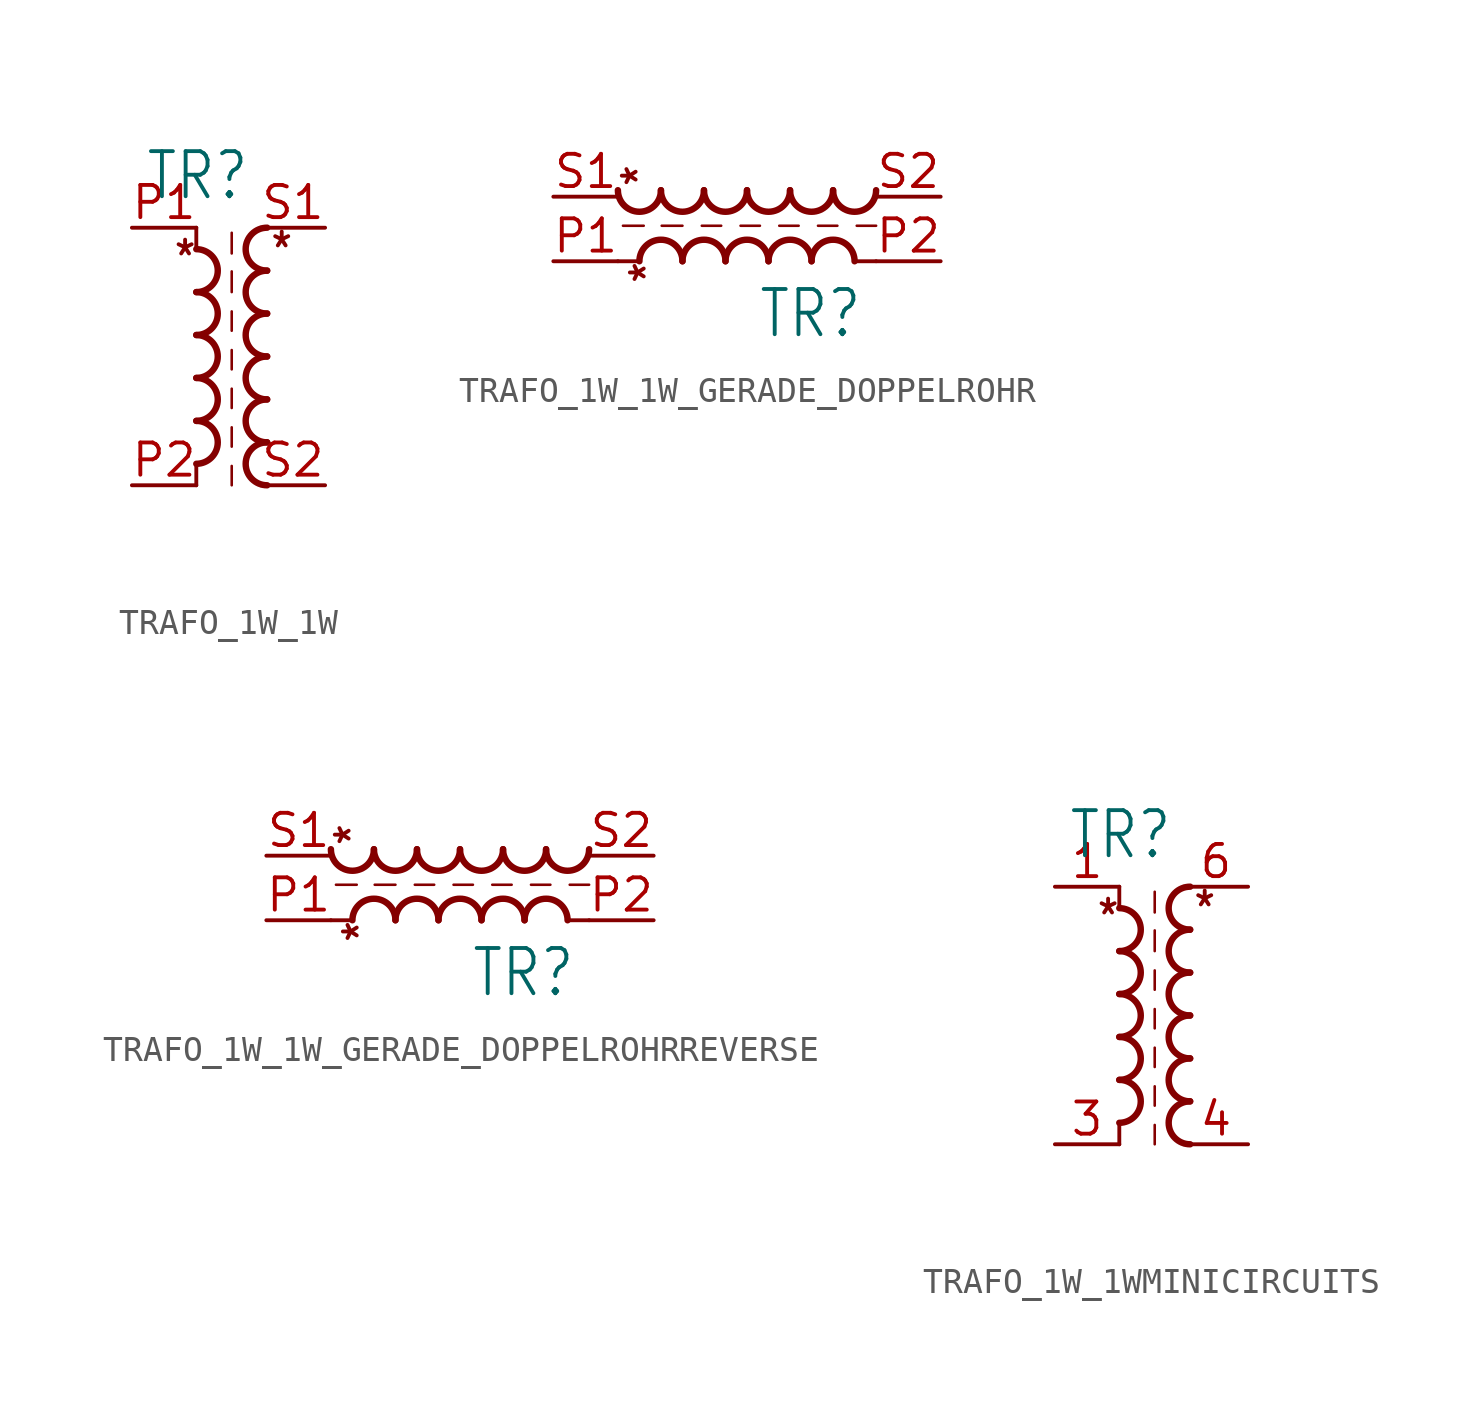
<source format=kicad_sym>
(kicad_symbol_lib
  (version 20231120)
  (generator "kicad_symbol_editor")
  (generator_version "8.0")
  (symbol "TRAFO_1W_1W"
    (property "Reference" "TR"
      (at -4.572 6.096 0)
      (effects (font (size 1.778 1.511)) (justify left bottom)))
    (property "Value" ""
      (at -4.572 -7.874 0)
      (effects (font (size 1.778 1.511)) (justify left bottom)))
    (property "ki_locked" ""
      (at 0 0 0)
      (effects (font (size 1.27 1.27))))
    (symbol "TRAFO_1W_1W_1_0"
      (arc (start -2.54 -4.2334) (mid -1.6933 -3.3867) (end -2.54 -2.54) (stroke (width 0.254) (type solid)) (fill (type none)))
      (arc (start -2.54 -2.54) (mid -1.6933 -1.6933) (end -2.54 -0.8466) (stroke (width 0.254) (type solid)) (fill (type none)))
      (arc (start -2.54 -0.8466) (mid -1.6934 0) (end -2.54 0.8466) (stroke (width 0.254) (type solid)) (fill (type none)))
      (arc (start -2.54 0.8466) (mid -1.6933 1.6933) (end -2.54 2.54) (stroke (width 0.254) (type solid)) (fill (type none)))
      (arc (start -2.54 2.54) (mid -1.6933 3.3867) (end -2.54 4.2334) (stroke (width 0.254) (type solid)) (fill (type none)))
      (polyline (pts (xy -2.54 -4.318) (xy -2.54 -5.08)) (stroke (width 0.152) (type solid)) (fill (type none)))
      (polyline (pts (xy -2.54 5.08) (xy -2.54 4.318)) (stroke (width 0.152) (type solid)) (fill (type none)))
      (polyline (pts (xy -1.143 -5.08) (xy -1.143 -4.318)) (stroke (width 0.102) (type solid)) (fill (type none)))
      (polyline (pts (xy -1.143 -3.556) (xy -1.143 -2.794)) (stroke (width 0.102) (type solid)) (fill (type none)))
      (polyline (pts (xy -1.143 -2.032) (xy -1.143 -1.27)) (stroke (width 0.102) (type solid)) (fill (type none)))
      (polyline (pts (xy -1.143 -0.508) (xy -1.143 0.254)) (stroke (width 0.102) (type solid)) (fill (type none)))
      (polyline (pts (xy -1.143 1.016) (xy -1.143 1.778)) (stroke (width 0.102) (type solid)) (fill (type none)))
      (polyline (pts (xy -1.143 2.54) (xy -1.143 3.356)) (stroke (width 0.102) (type solid)) (fill (type none)))
      (polyline (pts (xy -1.143 4.064) (xy -1.143 4.88)) (stroke (width 0.102) (type solid)) (fill (type none)))
      (arc (start 0.254 -3.3866) (mid -0.5927 -4.2333) (end 0.254 -5.08) (stroke (width 0.254) (type solid)) (fill (type none)))
      (arc (start 0.254 -1.6934) (mid -0.5926 -2.54) (end 0.254 -3.3866) (stroke (width 0.254) (type solid)) (fill (type none)))
      (arc (start 0.254 0) (mid -0.5927 -0.8467) (end 0.254 -1.6934) (stroke (width 0.254) (type solid)) (fill (type none)))
      (arc (start 0.254 1.6934) (mid -0.5927 0.8467) (end 0.254 0) (stroke (width 0.254) (type solid)) (fill (type none)))
      (arc (start 0.254 3.3866) (mid -0.5927 2.5399) (end 0.254 1.6932) (stroke (width 0.254) (type solid)) (fill (type none)))
      (arc (start 0.254 5.08) (mid -0.5927 4.2333) (end 0.254 3.3866) (stroke (width 0.254) (type solid)) (fill (type none)))
      (text "*" (at -3.493 3.175 0) (effects (font (size 1.27 1.079)) (justify left bottom)))
      (text "*" (at 0.318 3.493 0) (effects (font (size 1.27 1.079)) (justify left bottom)))
      (pin passive line (at -5.08 5.08 0) (length 2.54) (name "P1" (effects (font (size 0 0)))) (number "P1" (effects (font (size 1.27 1.27)))))
      (pin passive line (at -5.08 -5.08 0) (length 2.54) (name "P2" (effects (font (size 0 0)))) (number "P2" (effects (font (size 1.27 1.27)))))
      (pin passive line (at 2.54 5.08 180) (length 2.54) (name "S1" (effects (font (size 0 0)))) (number "S1" (effects (font (size 1.27 1.27)))))
      (pin passive line (at 2.54 -5.08 180) (length 2.54) (name "S2" (effects (font (size 0 0)))) (number "S2" (effects (font (size 1.27 1.27)))))))
  (symbol "TRAFO_1W_1W_GERADE_DOPPELROHR"
    (property "Reference" "TR"
      (at 4.572 -1.016 0)
      (effects (font (size 1.778 1.511)) (justify right top)))
    (property "Value" ""
      (at 4.572 5.334 0)
      (effects (font (size 1.778 1.511)) (justify right top)))
    (property "ki_locked" ""
      (at 0 0 0)
      (effects (font (size 1.27 1.27))))
    (symbol "TRAFO_1W_1W_GERADE_DOPPELROHR_1_0"
      (arc (start -5.08 2.794) (mid -4.2333 1.9473) (end -3.3866 2.794) (stroke (width 0.254) (type solid)) (fill (type none)))
      (arc (start -3.3866 2.794) (mid -2.5399 1.9473) (end -1.6932 2.794) (stroke (width 0.254) (type solid)) (fill (type none)))
      (arc (start -2.54 0) (mid -3.3867 0.8467) (end -4.2334 0) (stroke (width 0.254) (type solid)) (fill (type none)))
      (arc (start -1.6934 2.794) (mid -0.8467 1.9473) (end 0 2.794) (stroke (width 0.254) (type solid)) (fill (type none)))
      (arc (start -0.8466 0) (mid -1.6933 0.8467) (end -2.54 0) (stroke (width 0.254) (type solid)) (fill (type none)))
      (polyline (pts (xy -5.08 0) (xy -4.318 0)) (stroke (width 0.152) (type solid)) (fill (type none)))
      (polyline (pts (xy -4.064 1.397) (xy -4.88 1.397)) (stroke (width 0.102) (type solid)) (fill (type none)))
      (polyline (pts (xy -2.54 1.397) (xy -3.356 1.397)) (stroke (width 0.102) (type solid)) (fill (type none)))
      (polyline (pts (xy -1.016 1.397) (xy -1.778 1.397)) (stroke (width 0.102) (type solid)) (fill (type none)))
      (polyline (pts (xy 0.508 1.397) (xy -0.254 1.397)) (stroke (width 0.102) (type solid)) (fill (type none)))
      (polyline (pts (xy 2.032 1.397) (xy 1.27 1.397)) (stroke (width 0.102) (type solid)) (fill (type none)))
      (polyline (pts (xy 3.556 1.397) (xy 2.794 1.397)) (stroke (width 0.102) (type solid)) (fill (type none)))
      (polyline (pts (xy 4.318 0) (xy 5.08 0)) (stroke (width 0.152) (type solid)) (fill (type none)))
      (polyline (pts (xy 5.08 1.397) (xy 4.318 1.397)) (stroke (width 0.102) (type solid)) (fill (type none)))
      (arc (start 0 2.794) (mid 0.8467 1.9473) (end 1.6934 2.794) (stroke (width 0.254) (type solid)) (fill (type none)))
      (arc (start 0.8466 0) (mid 0 0.8466) (end -0.8466 0) (stroke (width 0.254) (type solid)) (fill (type none)))
      (arc (start 1.6934 2.794) (mid 2.54 1.9474) (end 3.3866 2.794) (stroke (width 0.254) (type solid)) (fill (type none)))
      (arc (start 2.54 0) (mid 1.6933 0.8467) (end 0.8466 0) (stroke (width 0.254) (type solid)) (fill (type none)))
      (arc (start 3.3866 2.794) (mid 4.2333 1.9473) (end 5.08 2.794) (stroke (width 0.254) (type solid)) (fill (type none)))
      (arc (start 4.2334 0) (mid 3.3867 0.8467) (end 2.54 0) (stroke (width 0.254) (type solid)) (fill (type none)))
      (text "*" (at -3.493 2.857 900) (effects (font (size 1.27 1.079)) (justify left bottom)))
      (text "*" (at -3.175 -0.953 900) (effects (font (size 1.27 1.079)) (justify left bottom)))
      (pin passive line (at -7.62 0 0) (length 2.54) (name "P1" (effects (font (size 0 0)))) (number "P1" (effects (font (size 1.27 1.27)))))
      (pin passive line (at 7.62 0 180) (length 2.54) (name "P2" (effects (font (size 0 0)))) (number "P2" (effects (font (size 1.27 1.27)))))
      (pin passive line (at -7.62 2.54 0) (length 2.54) (name "S1" (effects (font (size 0 0)))) (number "S1" (effects (font (size 1.27 1.27)))))
      (pin passive line (at 7.62 2.54 180) (length 2.54) (name "S2" (effects (font (size 0 0)))) (number "S2" (effects (font (size 1.27 1.27)))))))
  (symbol "TRAFO_1W_1W_GERADE_DOPPELROHRREVERSE"
    (property "Reference" "TR"
      (at 4.572 -1.016 0)
      (effects (font (size 1.778 1.511)) (justify right top)))
    (property "Value" ""
      (at 4.572 5.334 0)
      (effects (font (size 1.778 1.511)) (justify right top)))
    (property "ki_locked" ""
      (at 0 0 0)
      (effects (font (size 1.27 1.27))))
    (symbol "TRAFO_1W_1W_GERADE_DOPPELROHRREVERSE_1_0"
      (arc (start -5.08 2.794) (mid -4.2333 1.9473) (end -3.3866 2.794) (stroke (width 0.254) (type solid)) (fill (type none)))
      (arc (start -3.3866 2.794) (mid -2.5399 1.9473) (end -1.6932 2.794) (stroke (width 0.254) (type solid)) (fill (type none)))
      (arc (start -2.54 0) (mid -3.3867 0.8467) (end -4.2334 0) (stroke (width 0.254) (type solid)) (fill (type none)))
      (arc (start -1.6934 2.794) (mid -0.8467 1.9473) (end 0 2.794) (stroke (width 0.254) (type solid)) (fill (type none)))
      (arc (start -0.8466 0) (mid -1.6933 0.8467) (end -2.54 0) (stroke (width 0.254) (type solid)) (fill (type none)))
      (polyline (pts (xy -5.08 0) (xy -4.318 0)) (stroke (width 0.152) (type solid)) (fill (type none)))
      (polyline (pts (xy -4.064 1.397) (xy -4.88 1.397)) (stroke (width 0.102) (type solid)) (fill (type none)))
      (polyline (pts (xy -2.54 1.397) (xy -3.356 1.397)) (stroke (width 0.102) (type solid)) (fill (type none)))
      (polyline (pts (xy -1.016 1.397) (xy -1.778 1.397)) (stroke (width 0.102) (type solid)) (fill (type none)))
      (polyline (pts (xy 0.508 1.397) (xy -0.254 1.397)) (stroke (width 0.102) (type solid)) (fill (type none)))
      (polyline (pts (xy 2.032 1.397) (xy 1.27 1.397)) (stroke (width 0.102) (type solid)) (fill (type none)))
      (polyline (pts (xy 3.556 1.397) (xy 2.794 1.397)) (stroke (width 0.102) (type solid)) (fill (type none)))
      (polyline (pts (xy 4.318 0) (xy 5.08 0)) (stroke (width 0.152) (type solid)) (fill (type none)))
      (polyline (pts (xy 5.08 1.397) (xy 4.318 1.397)) (stroke (width 0.102) (type solid)) (fill (type none)))
      (arc (start 0 2.794) (mid 0.8467 1.9473) (end 1.6934 2.794) (stroke (width 0.254) (type solid)) (fill (type none)))
      (arc (start 0.8466 0) (mid 0 0.8466) (end -0.8466 0) (stroke (width 0.254) (type solid)) (fill (type none)))
      (arc (start 1.6934 2.794) (mid 2.54 1.9474) (end 3.3866 2.794) (stroke (width 0.254) (type solid)) (fill (type none)))
      (arc (start 2.54 0) (mid 1.6933 0.8467) (end 0.8466 0) (stroke (width 0.254) (type solid)) (fill (type none)))
      (arc (start 3.3866 2.794) (mid 4.2333 1.9473) (end 5.08 2.794) (stroke (width 0.254) (type solid)) (fill (type none)))
      (arc (start 4.2334 0) (mid 3.3867 0.8467) (end 2.54 0) (stroke (width 0.254) (type solid)) (fill (type none)))
      (text "*" (at -3.493 2.857 900) (effects (font (size 1.27 1.079)) (justify left bottom)))
      (text "*" (at -3.175 -0.953 900) (effects (font (size 1.27 1.079)) (justify left bottom)))
      (pin passive line (at -7.62 0 0) (length 2.54) (name "P1" (effects (font (size 0 0)))) (number "P1" (effects (font (size 1.27 1.27)))))
      (pin passive line (at 7.62 0 180) (length 2.54) (name "P2" (effects (font (size 0 0)))) (number "P2" (effects (font (size 1.27 1.27)))))
      (pin passive line (at -7.62 2.54 0) (length 2.54) (name "S1" (effects (font (size 0 0)))) (number "S1" (effects (font (size 1.27 1.27)))))
      (pin passive line (at 7.62 2.54 180) (length 2.54) (name "S2" (effects (font (size 0 0)))) (number "S2" (effects (font (size 1.27 1.27)))))))
  (symbol "TRAFO_1W_1WMINICIRCUITS"
    (property "Reference" "TR"
      (at -4.572 6.096 0)
      (effects (font (size 1.778 1.511)) (justify left bottom)))
    (property "Value" ""
      (at -4.572 -7.874 0)
      (effects (font (size 1.778 1.511)) (justify left bottom)))
    (property "ki_locked" ""
      (at 0 0 0)
      (effects (font (size 1.27 1.27))))
    (symbol "TRAFO_1W_1WMINICIRCUITS_1_0"
      (arc (start -2.54 -4.2334) (mid -1.6933 -3.3867) (end -2.54 -2.54) (stroke (width 0.254) (type solid)) (fill (type none)))
      (arc (start -2.54 -2.54) (mid -1.6933 -1.6933) (end -2.54 -0.8466) (stroke (width 0.254) (type solid)) (fill (type none)))
      (arc (start -2.54 -0.8466) (mid -1.6934 0) (end -2.54 0.8466) (stroke (width 0.254) (type solid)) (fill (type none)))
      (arc (start -2.54 0.8466) (mid -1.6933 1.6933) (end -2.54 2.54) (stroke (width 0.254) (type solid)) (fill (type none)))
      (arc (start -2.54 2.54) (mid -1.6933 3.3867) (end -2.54 4.2334) (stroke (width 0.254) (type solid)) (fill (type none)))
      (polyline (pts (xy -2.54 -4.318) (xy -2.54 -5.08)) (stroke (width 0.152) (type solid)) (fill (type none)))
      (polyline (pts (xy -2.54 5.08) (xy -2.54 4.318)) (stroke (width 0.152) (type solid)) (fill (type none)))
      (polyline (pts (xy -1.143 -5.08) (xy -1.143 -4.318)) (stroke (width 0.102) (type solid)) (fill (type none)))
      (polyline (pts (xy -1.143 -3.556) (xy -1.143 -2.794)) (stroke (width 0.102) (type solid)) (fill (type none)))
      (polyline (pts (xy -1.143 -2.032) (xy -1.143 -1.27)) (stroke (width 0.102) (type solid)) (fill (type none)))
      (polyline (pts (xy -1.143 -0.508) (xy -1.143 0.254)) (stroke (width 0.102) (type solid)) (fill (type none)))
      (polyline (pts (xy -1.143 1.016) (xy -1.143 1.778)) (stroke (width 0.102) (type solid)) (fill (type none)))
      (polyline (pts (xy -1.143 2.54) (xy -1.143 3.356)) (stroke (width 0.102) (type solid)) (fill (type none)))
      (polyline (pts (xy -1.143 4.064) (xy -1.143 4.88)) (stroke (width 0.102) (type solid)) (fill (type none)))
      (arc (start 0.254 -3.3866) (mid -0.5927 -4.2333) (end 0.254 -5.08) (stroke (width 0.254) (type solid)) (fill (type none)))
      (arc (start 0.254 -1.6934) (mid -0.5926 -2.54) (end 0.254 -3.3866) (stroke (width 0.254) (type solid)) (fill (type none)))
      (arc (start 0.254 0) (mid -0.5927 -0.8467) (end 0.254 -1.6934) (stroke (width 0.254) (type solid)) (fill (type none)))
      (arc (start 0.254 1.6934) (mid -0.5927 0.8467) (end 0.254 0) (stroke (width 0.254) (type solid)) (fill (type none)))
      (arc (start 0.254 3.3866) (mid -0.5927 2.5399) (end 0.254 1.6932) (stroke (width 0.254) (type solid)) (fill (type none)))
      (arc (start 0.254 5.08) (mid -0.5927 4.2333) (end 0.254 3.3866) (stroke (width 0.254) (type solid)) (fill (type none)))
      (text "*" (at -3.493 3.175 0) (effects (font (size 1.27 1.079)) (justify left bottom)))
      (text "*" (at 0.318 3.493 0) (effects (font (size 1.27 1.079)) (justify left bottom)))
      (pin passive line (at -5.08 5.08 0) (length 2.54) (name "P1" (effects (font (size 0 0)))) (number "1" (effects (font (size 1.27 1.27)))))
      (pin passive line (at -5.08 -5.08 0) (length 2.54) (name "P2" (effects (font (size 0 0)))) (number "3" (effects (font (size 1.27 1.27)))))
      (pin passive line (at 2.54 -5.08 180) (length 2.54) (name "S2" (effects (font (size 0 0)))) (number "4" (effects (font (size 1.27 1.27)))))
      (pin passive line (at 2.54 5.08 180) (length 2.54) (name "S1" (effects (font (size 0 0)))) (number "6" (effects (font (size 1.27 1.27))))))))
</source>
